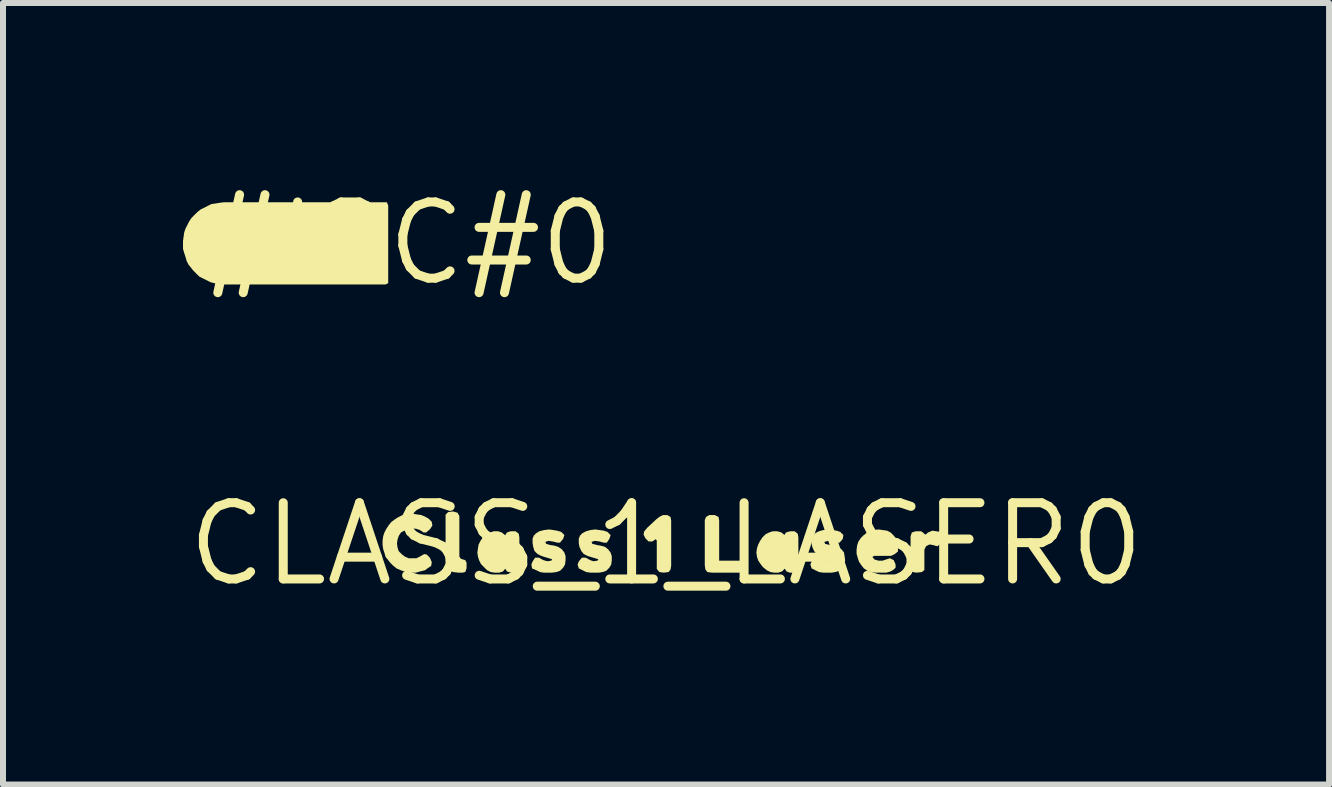
<source format=kicad_pcb>
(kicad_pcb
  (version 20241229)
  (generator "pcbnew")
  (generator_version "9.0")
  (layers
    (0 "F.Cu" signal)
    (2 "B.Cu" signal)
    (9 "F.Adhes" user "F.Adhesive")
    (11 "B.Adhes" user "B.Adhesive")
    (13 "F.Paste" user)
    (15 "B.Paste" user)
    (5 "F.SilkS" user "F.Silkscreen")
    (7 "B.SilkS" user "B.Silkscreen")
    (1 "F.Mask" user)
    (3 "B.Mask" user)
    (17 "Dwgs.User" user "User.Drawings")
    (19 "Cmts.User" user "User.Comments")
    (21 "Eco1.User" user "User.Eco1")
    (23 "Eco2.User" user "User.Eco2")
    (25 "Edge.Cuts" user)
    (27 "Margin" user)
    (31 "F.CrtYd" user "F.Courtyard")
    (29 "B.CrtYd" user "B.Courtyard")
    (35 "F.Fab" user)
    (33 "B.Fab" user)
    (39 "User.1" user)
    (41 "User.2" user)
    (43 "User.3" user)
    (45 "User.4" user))
  (footprint "#I2C#0"
    (layer "F.Cu")
    (at 3.755 1.006)
    (property "Reference" "#I2C#0" (at 0 0 0) (layer "F.SilkS") (effects (font (size 1.27 1.27) (thickness 0.15))))
    (fp_poly (pts (xy -3.077 -0.685) (xy -0.357 -0.685) (xy -0.335 -0.631) (xy -0.335 0.663) (xy -0.379 0.685) (xy -3.1 0.685) (xy -3.171 0.675) (xy -3.231 0.665) (xy -3.302 0.645) (xy -3.483 0.554) (xy -3.534 0.504) (xy -3.584 0.453) (xy -3.624 0.403) (xy -3.664 0.353) (xy -3.695 0.292) (xy -3.715 0.221) (xy -3.735 0.161) (xy -3.755 0.091) (xy -3.755 -0.04) (xy -3.745 -0.111) (xy -3.735 -0.181) (xy -3.715 -0.242) (xy -3.654 -0.363) (xy -3.614 -0.423) (xy -3.564 -0.474) (xy -3.513 -0.524) (xy -3.463 -0.564) (xy -3.282 -0.655) (xy -3.211 -0.665) (xy -3.151 -0.675) (xy -3.077 -0.685)) (stroke (width 0) (type default)) (fill yes) (layer "F.SilkS")))
  (footprint "CLASS_1_LASER0"
    (layer "F.Cu")
    (at 8.051 6.019)
    (property "Reference" "CLASS_1_LASER0" (at 0 0 0) (layer "F.SilkS") (effects (font (size 1.27 1.27) (thickness 0.15))))
    (fp_poly (pts (xy 0.875 -0.453) (xy 0.885 -0.39) (xy 0.885 0.275) (xy 1.22 0.275) (xy 1.293 0.285) (xy 1.335 0.338) (xy 1.335 0.411) (xy 1.303 0.465) (xy 1.24 0.475) (xy 0.76 0.475) (xy 0.687 0.465) (xy 0.655 0.422) (xy 0.645 0.35) (xy 0.645 -0.401) (xy 0.666 -0.453) (xy 0.719 -0.485) (xy 0.811 -0.485)) (stroke (width 0) (type default)) (fill yes) (layer "F.SilkS"))
    (fp_poly (pts (xy -3.477 -0.524) (xy -3.445 -0.471) (xy -3.445 0.208) (xy -3.417 0.246) (xy -3.347 0.266) (xy -3.325 0.309) (xy -3.325 0.401) (xy -3.346 0.464) (xy -3.389 0.475) (xy -3.46 0.475) (xy -3.551 0.465) (xy -3.613 0.434) (xy -3.655 0.392) (xy -3.665 0.341) (xy -3.675 0.27) (xy -3.675 -0.492) (xy -3.632 -0.535) (xy -3.55 -0.545)) (stroke (width 0) (type default)) (fill yes) (layer "F.SilkS"))
    (fp_poly (pts (xy 0.075 -0.453) (xy 0.085 -0.39) (xy 0.085 0.36) (xy 0.075 0.422) (xy 0.043 0.465) (xy -0.04 0.475) (xy -0.113 0.465) (xy -0.155 0.412) (xy -0.155 -0.058) (xy -0.171 -0.083) (xy -0.228 -0.045) (xy -0.292 -0.045) (xy -0.344 -0.097) (xy -0.375 -0.159) (xy -0.365 -0.212) (xy -0.314 -0.273) (xy -0.163 -0.414) (xy -0.113 -0.454) (xy -0.051 -0.485) (xy 0.021 -0.485)) (stroke (width 0) (type default)) (fill yes) (layer "F.SilkS"))
    (fp_poly (pts (xy 4.501 -0.215) (xy 4.573 -0.205) (xy 4.605 -0.141) (xy 4.605 -0.079) (xy 4.574 -0.007) (xy 4.521 0.036) (xy 4.449 0.015) (xy 4.391 0.005) (xy 4.334 0.034) (xy 4.305 0.091) (xy 4.305 0.432) (xy 4.262 0.465) (xy 4.18 0.475) (xy 4.107 0.465) (xy 4.075 0.411) (xy 4.075 -0.131) (xy 4.096 -0.194) (xy 4.159 -0.215) (xy 4.252 -0.215) (xy 4.293 -0.184) (xy 4.32 -0.157) (xy 4.367 -0.194) (xy 4.439 -0.225)) (stroke (width 0) (type default)) (fill yes) (layer "F.SilkS"))
    (fp_poly (pts (xy 1.922 -0.195) (xy 1.973 -0.154) (xy 1.997 -0.194) (xy 2.069 -0.215) (xy 2.142 -0.215) (xy 2.195 -0.173) (xy 2.205 -0.11) (xy 2.205 0.37) (xy 2.195 0.443) (xy 2.152 0.475) (xy 2.059 0.475) (xy 2.007 0.454) (xy 1.979 0.408) (xy 1.933 0.454) (xy 1.871 0.475) (xy 1.8 0.475) (xy 1.738 0.465) (xy 1.677 0.434) (xy 1.616 0.384) (xy 1.576 0.333) (xy 1.535 0.272) (xy 1.515 0.211) (xy 1.505 0.14) (xy 1.515 0.069) (xy 1.535 0.008) (xy 1.566 -0.053) (xy 1.606 -0.113) (xy 1.657 -0.164) (xy 1.718 -0.195) (xy 1.779 -0.215) (xy 1.851 -0.215)) (stroke (width 0) (type default)) (fill yes) (layer "F.SilkS"))
    (fp_poly (pts (xy -2.738 -0.194) (xy -2.687 -0.154) (xy -2.681 -0.148) (xy -2.653 -0.194) (xy -2.591 -0.215) (xy -2.508 -0.215) (xy -2.455 -0.173) (xy -2.445 -0.11) (xy -2.445 0.37) (xy -2.455 0.443) (xy -2.509 0.475) (xy -2.591 0.475) (xy -2.653 0.454) (xy -2.681 0.409) (xy -2.717 0.454) (xy -2.779 0.475) (xy -2.86 0.475) (xy -2.922 0.465) (xy -2.983 0.434) (xy -3.034 0.384) (xy -3.084 0.333) (xy -3.115 0.272) (xy -3.135 0.211) (xy -3.145 0.14) (xy -3.135 0.069) (xy -3.125 0.008) (xy -3.094 -0.053) (xy -3.054 -0.113) (xy -2.993 -0.164) (xy -2.932 -0.195) (xy -2.871 -0.215) (xy -2.799 -0.215)) (stroke (width 0) (type default)) (fill yes) (layer "F.SilkS"))
    (fp_poly (pts (xy 3.611 -0.235) (xy 3.682 -0.225) (xy 3.743 -0.194) (xy 3.794 -0.143) (xy 3.834 -0.092) (xy 3.855 -0.031) (xy 3.865 0.04) (xy 3.865 0.122) (xy 3.813 0.164) (xy 3.751 0.195) (xy 3.476 0.195) (xy 3.476 0.193) (xy 3.476 0.193) (xy 3.438 0.212) (xy 3.473 0.256) (xy 3.541 0.275) (xy 3.609 0.275) (xy 3.73 0.235) (xy 3.794 0.266) (xy 3.825 0.339) (xy 3.825 0.392) (xy 3.793 0.424) (xy 3.742 0.455) (xy 3.671 0.475) (xy 3.49 0.475) (xy 3.419 0.465) (xy 3.358 0.445) (xy 3.297 0.404) (xy 3.256 0.353) (xy 3.215 0.292) (xy 3.195 0.231) (xy 3.175 0.161) (xy 3.175 0.09) (xy 3.185 0.019) (xy 3.205 -0.042) (xy 3.246 -0.103) (xy 3.287 -0.144) (xy 3.337 -0.184) (xy 3.398 -0.215) (xy 3.469 -0.235) (xy 3.54 -0.245)) (stroke (width 0) (type default)) (fill yes) (layer "F.SilkS"))
    (fp_poly (pts (xy -1.109 -0.235) (xy -1.039 -0.225) (xy -0.977 -0.204) (xy -0.924 -0.151) (xy -0.945 -0.088) (xy -0.987 -0.025) (xy -1.041 -0.025) (xy -1.111 -0.045) (xy -1.189 -0.055) (xy -1.243 -0.037) (xy -1.227 -0.004) (xy -1.149 0.015) (xy -1.089 0.025) (xy -1.018 0.045) (xy -0.966 0.086) (xy -0.926 0.138) (xy -0.905 0.199) (xy -0.905 0.27) (xy -0.915 0.342) (xy -0.946 0.393) (xy -0.997 0.444) (xy -1.059 0.465) (xy -1.12 0.475) (xy -1.26 0.475) (xy -1.332 0.465) (xy -1.454 0.404) (xy -1.475 0.34) (xy -1.454 0.287) (xy -1.402 0.225) (xy -1.339 0.225) (xy -1.268 0.265) (xy -1.21 0.285) (xy -1.143 0.275) (xy -1.128 0.253) (xy -1.181 0.235) (xy -1.251 0.215) (xy -1.312 0.195) (xy -1.373 0.164) (xy -1.414 0.113) (xy -1.445 0.041) (xy -1.455 -0.02) (xy -1.455 -0.091) (xy -1.434 -0.143) (xy -1.393 -0.184) (xy -1.332 -0.215) (xy -1.261 -0.235) (xy -1.18 -0.245)) (stroke (width 0) (type default)) (fill yes) (layer "F.SilkS"))
    (fp_poly (pts (xy 2.771 -0.235) (xy 2.841 -0.225) (xy 2.903 -0.204) (xy 2.955 -0.152) (xy 2.945 -0.088) (xy 2.892 -0.025) (xy 2.839 -0.025) (xy 2.769 -0.045) (xy 2.7 -0.055) (xy 2.637 -0.037) (xy 2.653 -0.004) (xy 2.731 0.015) (xy 2.791 0.025) (xy 2.862 0.045) (xy 2.923 0.086) (xy 2.965 0.138) (xy 2.975 0.199) (xy 2.985 0.27) (xy 2.965 0.342) (xy 2.934 0.393) (xy 2.883 0.444) (xy 2.821 0.465) (xy 2.76 0.475) (xy 2.62 0.475) (xy 2.548 0.465) (xy 2.426 0.404) (xy 2.405 0.34) (xy 2.426 0.287) (xy 2.478 0.225) (xy 2.541 0.225) (xy 2.612 0.265) (xy 2.671 0.285) (xy 2.746 0.275) (xy 2.754 0.253) (xy 2.699 0.235) (xy 2.629 0.215) (xy 2.568 0.195) (xy 2.507 0.164) (xy 2.466 0.113) (xy 2.435 0.041) (xy 2.425 -0.02) (xy 2.425 -0.091) (xy 2.456 -0.143) (xy 2.487 -0.184) (xy 2.548 -0.215) (xy 2.619 -0.235) (xy 2.7 -0.245)) (stroke (width 0) (type default)) (fill yes) (layer "F.SilkS"))
    (fp_poly (pts (xy -1.879 -0.235) (xy -1.819 -0.225) (xy -1.747 -0.204) (xy -1.694 -0.151) (xy -1.716 -0.088) (xy -1.768 -0.025) (xy -1.811 -0.025) (xy -1.891 -0.045) (xy -1.96 -0.055) (xy -2.013 -0.037) (xy -1.997 -0.004) (xy -1.929 0.015) (xy -1.859 0.025) (xy -1.798 0.045) (xy -1.737 0.086) (xy -1.696 0.138) (xy -1.675 0.199) (xy -1.675 0.27) (xy -1.685 0.342) (xy -1.716 0.393) (xy -1.767 0.444) (xy -1.829 0.465) (xy -1.9 0.475) (xy -2.04 0.475) (xy -2.102 0.465) (xy -2.162 0.435) (xy -2.234 0.404) (xy -2.245 0.339) (xy -2.224 0.288) (xy -2.183 0.225) (xy -2.119 0.225) (xy -2.048 0.265) (xy -1.98 0.285) (xy -1.913 0.275) (xy -1.898 0.253) (xy -1.951 0.235) (xy -2.021 0.215) (xy -2.082 0.195) (xy -2.143 0.164) (xy -2.194 0.113) (xy -2.215 0.041) (xy -2.225 -0.02) (xy -2.225 -0.091) (xy -2.204 -0.143) (xy -2.163 -0.184) (xy -2.112 -0.215) (xy -2.031 -0.235) (xy -1.95 -0.245)) (stroke (width 0) (type default)) (fill yes) (layer "F.SilkS"))
    (fp_poly (pts (xy -4.149 -0.495) (xy -4.079 -0.485) (xy -4.008 -0.454) (xy -3.957 -0.424) (xy -3.905 -0.372) (xy -3.895 -0.309) (xy -3.936 -0.247) (xy -3.998 -0.195) (xy -4.042 -0.195) (xy -4.102 -0.235) (xy -4.161 -0.255) (xy -4.24 -0.265) (xy -4.298 -0.255) (xy -4.358 -0.226) (xy -4.417 -0.196) (xy -4.455 -0.138) (xy -4.475 -0.079) (xy -4.485 -0.01) (xy -4.475 0.059) (xy -4.456 0.117) (xy -4.407 0.166) (xy -4.357 0.206) (xy -4.289 0.235) (xy -4.161 0.235) (xy -4.102 0.206) (xy -4.031 0.165) (xy -3.987 0.175) (xy -3.936 0.227) (xy -3.905 0.299) (xy -3.915 0.363) (xy -3.977 0.404) (xy -4.018 0.435) (xy -4.099 0.455) (xy -4.169 0.475) (xy -4.301 0.475) (xy -4.362 0.455) (xy -4.422 0.435) (xy -4.493 0.404) (xy -4.543 0.364) (xy -4.594 0.313) (xy -4.634 0.263) (xy -4.675 0.212) (xy -4.695 0.141) (xy -4.715 0.081) (xy -4.725 0.01) (xy -4.725 -0.06) (xy -4.715 -0.131) (xy -4.695 -0.192) (xy -4.664 -0.253) (xy -4.624 -0.313) (xy -4.584 -0.364) (xy -4.533 -0.404) (xy -4.473 -0.444) (xy -4.412 -0.475) (xy -4.341 -0.495) (xy -4.28 -0.505) (xy -4.21 -0.505)) (stroke (width 0) (type default)) (fill yes) (layer "F.SilkS")))
  (gr_rect
    (start -3 -3)
    (end 19.101 10.025)
    (stroke (width 0.1) (type default))
    (fill no)
    (layer "Edge.Cuts")))
</source>
